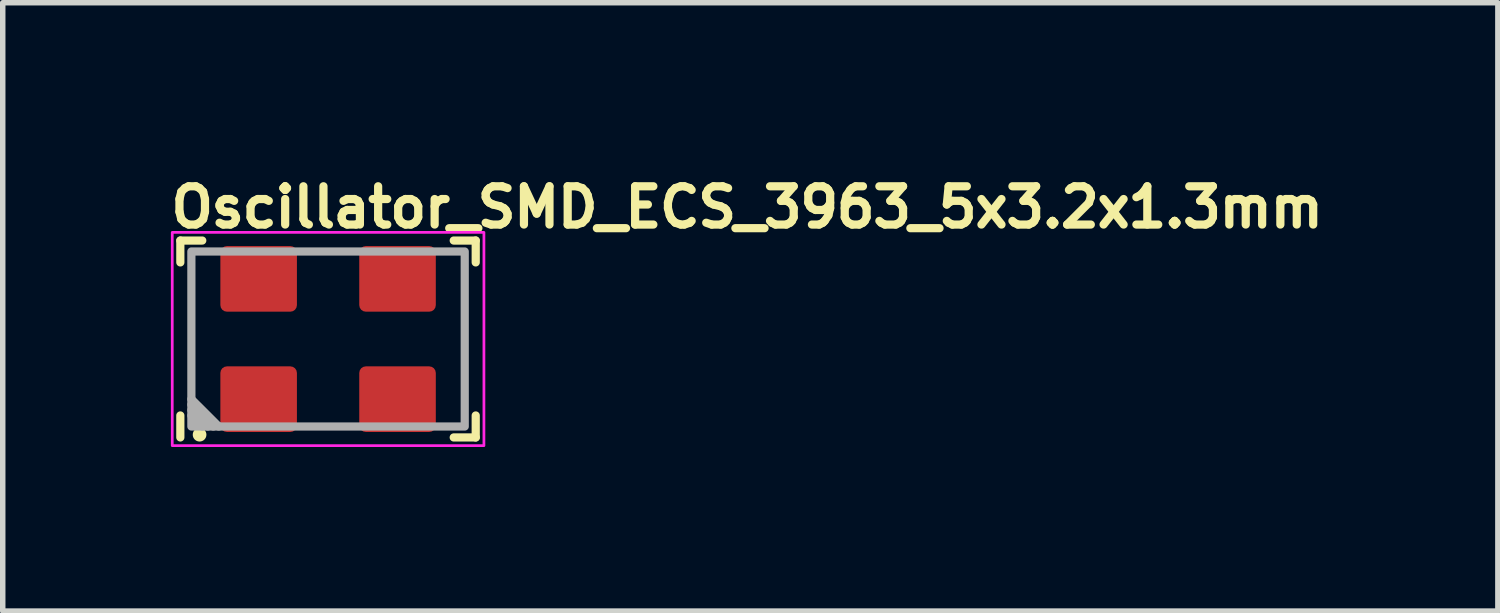
<source format=kicad_pcb>
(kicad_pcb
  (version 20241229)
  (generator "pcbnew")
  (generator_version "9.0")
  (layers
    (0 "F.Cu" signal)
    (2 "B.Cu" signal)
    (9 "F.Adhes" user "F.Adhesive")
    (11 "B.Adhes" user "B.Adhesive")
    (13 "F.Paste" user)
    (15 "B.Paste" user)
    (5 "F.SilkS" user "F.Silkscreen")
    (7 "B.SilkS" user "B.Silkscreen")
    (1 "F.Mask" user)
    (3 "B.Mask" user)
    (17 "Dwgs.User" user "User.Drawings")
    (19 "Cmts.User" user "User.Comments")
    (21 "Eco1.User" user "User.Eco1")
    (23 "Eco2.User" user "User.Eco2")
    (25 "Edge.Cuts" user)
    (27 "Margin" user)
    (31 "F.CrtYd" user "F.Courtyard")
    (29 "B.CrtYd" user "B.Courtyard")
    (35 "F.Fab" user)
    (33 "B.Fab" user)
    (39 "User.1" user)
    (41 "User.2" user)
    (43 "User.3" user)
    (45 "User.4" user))
  (footprint "Oscillator_SMD_ECS_3963_5x3.2x1.3mm"
    (layer "F.Cu")
    (at 2.95 3.15)
    (property "Reference" "Oscillator_SMD_ECS_3963_5x3.2x1.3mm" (at -2.95 -2 0) (layer "F.SilkS") (effects (font (size 0.7 0.7) (thickness 0.15)) (justify left bottom)))
    (attr smd)
    (fp_line (start -2.702 -1.801) (end -2.301 -1.801) (stroke (width 0.15) (type solid)) (layer "F.SilkS"))
    (fp_line (start -2.702 -1.401) (end -2.702 -1.801) (stroke (width 0.15) (type solid)) (layer "F.SilkS"))
    (fp_line (start -2.702 1.8) (end -2.702 1.398) (stroke (width 0.15) (type solid)) (layer "F.SilkS"))
    (fp_line (start 2.298 -1.801) (end 2.7 -1.801) (stroke (width 0.15) (type solid)) (layer "F.SilkS"))
    (fp_line (start 2.7 -1.801) (end 2.7 -1.401) (stroke (width 0.15) (type solid)) (layer "F.SilkS"))
    (fp_line (start 2.7 1.398) (end 2.7 1.8) (stroke (width 0.15) (type solid)) (layer "F.SilkS"))
    (fp_line (start 2.7 1.8) (end 2.298 1.8) (stroke (width 0.15) (type solid)) (layer "F.SilkS"))
    (fp_circle (center -2.35 1.75) (end -2.3 1.75) (stroke (width 0.15) (type solid)) (fill yes) (layer "F.SilkS"))
    (fp_rect (start -2.85 -1.95) (end 2.85 1.95) (stroke (width 0.05) (type solid)) (fill no) (layer "F.CrtYd"))
    (fp_line (start -2.3 1.6) (end -2.5 1.4) (stroke (width 0.15) (type solid)) (layer "F.Fab"))
    (fp_line (start -2.2 1.6) (end -2.5 1.3) (stroke (width 0.15) (type solid)) (layer "F.Fab"))
    (fp_line (start -2.1 1.6) (end -2.5 1.2) (stroke (width 0.15) (type solid)) (layer "F.Fab"))
    (fp_line (start -2 1.6) (end -2.5 1.1) (stroke (width 0.15) (type solid)) (layer "F.Fab"))
    (fp_rect (start -2.5 -1.601) (end 2.499 1.6) (stroke (width 0.15) (type solid)) (fill no) (layer "F.Fab"))
    (fp_rect (start -2.5 -1.6) (end 2.5 1.6) (stroke (width 0.1) (type solid)) (fill no) (layer "User.5"))
    (fp_line (start -2.5 -1.4) (end -2.47 -1.402) (stroke (width 0.02) (type solid)) (layer "User.9"))
    (fp_line (start -2.5 -1.2) (end -2.497 -1.252) (stroke (width 0.02) (type solid)) (layer "User.9"))
    (fp_line (start -2.5 -0.7) (end -2.5 -1.4) (stroke (width 0.02) (type solid)) (layer "User.9"))
    (fp_line (start -2.5 1.2) (end -2.5 -1.2) (stroke (width 0.02) (type solid)) (layer "User.9"))
    (fp_line (start -2.5 1.4) (end -2.5 0.7) (stroke (width 0.02) (type solid)) (layer "User.9"))
    (fp_line (start -2.497 -1.252) (end -2.486 -1.304) (stroke (width 0.02) (type solid)) (layer "User.9"))
    (fp_line (start -2.497 1.252) (end -2.5 1.2) (stroke (width 0.02) (type solid)) (layer "User.9"))
    (fp_line (start -2.486 -1.304) (end -2.47 -1.353) (stroke (width 0.02) (type solid)) (layer "User.9"))
    (fp_line (start -2.486 1.304) (end -2.497 1.252) (stroke (width 0.02) (type solid)) (layer "User.9"))
    (fp_line (start -2.47 -1.402) (end -2.441 -1.409) (stroke (width 0.02) (type solid)) (layer "User.9"))
    (fp_line (start -2.47 -1.353) (end -2.446 -1.4) (stroke (width 0.02) (type solid)) (layer "User.9"))
    (fp_line (start -2.47 1.353) (end -2.486 1.304) (stroke (width 0.02) (type solid)) (layer "User.9"))
    (fp_line (start -2.47 1.402) (end -2.5 1.4) (stroke (width 0.02) (type solid)) (layer "User.9"))
    (fp_line (start -2.446 -1.4) (end -2.417 -1.444) (stroke (width 0.02) (type solid)) (layer "User.9"))
    (fp_line (start -2.446 1.4) (end -2.47 1.353) (stroke (width 0.02) (type solid)) (layer "User.9"))
    (fp_line (start -2.441 1.409) (end -2.47 1.402) (stroke (width 0.02) (type solid)) (layer "User.9"))
    (fp_line (start -2.417 -1.444) (end -2.383 -1.483) (stroke (width 0.02) (type solid)) (layer "User.9"))
    (fp_line (start -2.417 1.444) (end -2.446 1.4) (stroke (width 0.02) (type solid)) (layer "User.9"))
    (fp_line (start -2.383 -1.483) (end -2.344 -1.517) (stroke (width 0.02) (type solid)) (layer "User.9"))
    (fp_line (start -2.383 1.483) (end -2.417 1.444) (stroke (width 0.02) (type solid)) (layer "User.9"))
    (fp_line (start -2.344 -1.517) (end -2.3 -1.546) (stroke (width 0.02) (type solid)) (layer "User.9"))
    (fp_line (start -2.344 1.517) (end -2.383 1.483) (stroke (width 0.02) (type solid)) (layer "User.9"))
    (fp_line (start -2.309 -1.541) (end -2.302 -1.57) (stroke (width 0.02) (type solid)) (layer "User.9"))
    (fp_line (start -2.302 -1.57) (end -2.3 -1.6) (stroke (width 0.02) (type solid)) (layer "User.9"))
    (fp_line (start -2.302 1.57) (end -2.309 1.541) (stroke (width 0.02) (type solid)) (layer "User.9"))
    (fp_line (start -2.3 -1.6) (end -1.72 -1.6) (stroke (width 0.02) (type solid)) (layer "User.9"))
    (fp_line (start -2.3 -1.546) (end -2.253 -1.57) (stroke (width 0.02) (type solid)) (layer "User.9"))
    (fp_line (start -2.3 -1.2) (end -2.296 -1.239) (stroke (width 0.02) (type solid)) (layer "User.9"))
    (fp_line (start -2.3 1.2) (end -2.3 -1.2) (stroke (width 0.02) (type solid)) (layer "User.9"))
    (fp_line (start -2.3 1.546) (end -2.344 1.517) (stroke (width 0.02) (type solid)) (layer "User.9"))
    (fp_line (start -2.3 1.6) (end -2.302 1.57) (stroke (width 0.02) (type solid)) (layer "User.9"))
    (fp_line (start -2.296 -1.239) (end -2.285 -1.277) (stroke (width 0.02) (type solid)) (layer "User.9"))
    (fp_line (start -2.296 1.239) (end -2.3 1.2) (stroke (width 0.02) (type solid)) (layer "User.9"))
    (fp_line (start -2.285 -1.277) (end -2.266 -1.311) (stroke (width 0.02) (type solid)) (layer "User.9"))
    (fp_line (start -2.285 1.277) (end -2.296 1.239) (stroke (width 0.02) (type solid)) (layer "User.9"))
    (fp_line (start -2.266 -1.311) (end -2.241 -1.341) (stroke (width 0.02) (type solid)) (layer "User.9"))
    (fp_line (start -2.266 1.311) (end -2.285 1.277) (stroke (width 0.02) (type solid)) (layer "User.9"))
    (fp_line (start -2.253 -1.57) (end -2.204 -1.586) (stroke (width 0.02) (type solid)) (layer "User.9"))
    (fp_line (start -2.253 1.57) (end -2.3 1.546) (stroke (width 0.02) (type solid)) (layer "User.9"))
    (fp_line (start -2.241 -1.341) (end -2.211 -1.366) (stroke (width 0.02) (type solid)) (layer "User.9"))
    (fp_line (start -2.241 1.341) (end -2.266 1.311) (stroke (width 0.02) (type solid)) (layer "User.9"))
    (fp_line (start -2.211 -1.366) (end -2.177 -1.385) (stroke (width 0.02) (type solid)) (layer "User.9"))
    (fp_line (start -2.211 1.366) (end -2.241 1.341) (stroke (width 0.02) (type solid)) (layer "User.9"))
    (fp_line (start -2.204 -1.586) (end -2.152 -1.597) (stroke (width 0.02) (type solid)) (layer "User.9"))
    (fp_line (start -2.204 1.586) (end -2.253 1.57) (stroke (width 0.02) (type solid)) (layer "User.9"))
    (fp_line (start -2.177 -1.385) (end -2.139 -1.396) (stroke (width 0.02) (type solid)) (layer "User.9"))
    (fp_line (start -2.177 1.385) (end -2.211 1.366) (stroke (width 0.02) (type solid)) (layer "User.9"))
    (fp_line (start -2.152 -1.597) (end -2.1 -1.6) (stroke (width 0.02) (type solid)) (layer "User.9"))
    (fp_line (start -2.152 1.597) (end -2.204 1.586) (stroke (width 0.02) (type solid)) (layer "User.9"))
    (fp_line (start -2.139 -1.396) (end -2.1 -1.4) (stroke (width 0.02) (type solid)) (layer "User.9"))
    (fp_line (start -2.139 1.396) (end -2.177 1.385) (stroke (width 0.02) (type solid)) (layer "User.9"))
    (fp_line (start -2.1 -1.6) (end 2.1 -1.6) (stroke (width 0.02) (type solid)) (layer "User.9"))
    (fp_line (start -2.1 -1.4) (end 2.1 -1.4) (stroke (width 0.02) (type solid)) (layer "User.9"))
    (fp_line (start -2.1 1.4) (end -2.139 1.396) (stroke (width 0.02) (type solid)) (layer "User.9"))
    (fp_line (start -2.1 1.6) (end -2.152 1.597) (stroke (width 0.02) (type solid)) (layer "User.9"))
    (fp_line (start -1.72 1.6) (end -2.3 1.6) (stroke (width 0.02) (type solid)) (layer "User.9"))
    (fp_line (start 1.72 -1.6) (end 2.3 -1.6) (stroke (width 0.02) (type solid)) (layer "User.9"))
    (fp_line (start 2.1 -1.6) (end 2.152 -1.597) (stroke (width 0.02) (type solid)) (layer "User.9"))
    (fp_line (start 2.1 -1.4) (end 2.139 -1.396) (stroke (width 0.02) (type solid)) (layer "User.9"))
    (fp_line (start 2.1 1.4) (end -2.1 1.4) (stroke (width 0.02) (type solid)) (layer "User.9"))
    (fp_line (start 2.1 1.6) (end -2.1 1.6) (stroke (width 0.02) (type solid)) (layer "User.9"))
    (fp_line (start 2.139 -1.396) (end 2.177 -1.385) (stroke (width 0.02) (type solid)) (layer "User.9"))
    (fp_line (start 2.139 1.396) (end 2.1 1.4) (stroke (width 0.02) (type solid)) (layer "User.9"))
    (fp_line (start 2.152 -1.597) (end 2.204 -1.586) (stroke (width 0.02) (type solid)) (layer "User.9"))
    (fp_line (start 2.152 1.597) (end 2.1 1.6) (stroke (width 0.02) (type solid)) (layer "User.9"))
    (fp_line (start 2.177 -1.385) (end 2.211 -1.366) (stroke (width 0.02) (type solid)) (layer "User.9"))
    (fp_line (start 2.177 1.385) (end 2.139 1.396) (stroke (width 0.02) (type solid)) (layer "User.9"))
    (fp_line (start 2.204 -1.586) (end 2.253 -1.57) (stroke (width 0.02) (type solid)) (layer "User.9"))
    (fp_line (start 2.204 1.586) (end 2.152 1.597) (stroke (width 0.02) (type solid)) (layer "User.9"))
    (fp_line (start 2.211 -1.366) (end 2.241 -1.341) (stroke (width 0.02) (type solid)) (layer "User.9"))
    (fp_line (start 2.211 1.366) (end 2.177 1.385) (stroke (width 0.02) (type solid)) (layer "User.9"))
    (fp_line (start 2.241 -1.341) (end 2.266 -1.311) (stroke (width 0.02) (type solid)) (layer "User.9"))
    (fp_line (start 2.241 1.341) (end 2.211 1.366) (stroke (width 0.02) (type solid)) (layer "User.9"))
    (fp_line (start 2.253 -1.57) (end 2.3 -1.546) (stroke (width 0.02) (type solid)) (layer "User.9"))
    (fp_line (start 2.253 1.57) (end 2.204 1.586) (stroke (width 0.02) (type solid)) (layer "User.9"))
    (fp_line (start 2.266 -1.311) (end 2.285 -1.277) (stroke (width 0.02) (type solid)) (layer "User.9"))
    (fp_line (start 2.266 1.311) (end 2.241 1.341) (stroke (width 0.02) (type solid)) (layer "User.9"))
    (fp_line (start 2.285 -1.277) (end 2.296 -1.239) (stroke (width 0.02) (type solid)) (layer "User.9"))
    (fp_line (start 2.285 1.277) (end 2.266 1.311) (stroke (width 0.02) (type solid)) (layer "User.9"))
    (fp_line (start 2.296 -1.239) (end 2.3 -1.2) (stroke (width 0.02) (type solid)) (layer "User.9"))
    (fp_line (start 2.296 1.239) (end 2.285 1.277) (stroke (width 0.02) (type solid)) (layer "User.9"))
    (fp_line (start 2.3 -1.6) (end 2.302 -1.57) (stroke (width 0.02) (type solid)) (layer "User.9"))
    (fp_line (start 2.3 -1.546) (end 2.344 -1.517) (stroke (width 0.02) (type solid)) (layer "User.9"))
    (fp_line (start 2.3 -1.2) (end 2.3 1.2) (stroke (width 0.02) (type solid)) (layer "User.9"))
    (fp_line (start 2.3 1.2) (end 2.296 1.239) (stroke (width 0.02) (type solid)) (layer "User.9"))
    (fp_line (start 2.3 1.546) (end 2.253 1.57) (stroke (width 0.02) (type solid)) (layer "User.9"))
    (fp_line (start 2.3 1.6) (end 1.72 1.6) (stroke (width 0.02) (type solid)) (layer "User.9"))
    (fp_line (start 2.302 -1.57) (end 2.309 -1.541) (stroke (width 0.02) (type solid)) (layer "User.9"))
    (fp_line (start 2.302 1.57) (end 2.3 1.6) (stroke (width 0.02) (type solid)) (layer "User.9"))
    (fp_line (start 2.309 1.541) (end 2.302 1.57) (stroke (width 0.02) (type solid)) (layer "User.9"))
    (fp_line (start 2.344 -1.517) (end 2.383 -1.483) (stroke (width 0.02) (type solid)) (layer "User.9"))
    (fp_line (start 2.344 1.517) (end 2.3 1.546) (stroke (width 0.02) (type solid)) (layer "User.9"))
    (fp_line (start 2.383 -1.483) (end 2.417 -1.444) (stroke (width 0.02) (type solid)) (layer "User.9"))
    (fp_line (start 2.383 1.483) (end 2.344 1.517) (stroke (width 0.02) (type solid)) (layer "User.9"))
    (fp_line (start 2.417 -1.444) (end 2.446 -1.4) (stroke (width 0.02) (type solid)) (layer "User.9"))
    (fp_line (start 2.417 1.444) (end 2.383 1.483) (stroke (width 0.02) (type solid)) (layer "User.9"))
    (fp_line (start 2.441 -1.409) (end 2.47 -1.402) (stroke (width 0.02) (type solid)) (layer "User.9"))
    (fp_line (start 2.446 -1.4) (end 2.47 -1.353) (stroke (width 0.02) (type solid)) (layer "User.9"))
    (fp_line (start 2.446 1.4) (end 2.417 1.444) (stroke (width 0.02) (type solid)) (layer "User.9"))
    (fp_line (start 2.47 -1.402) (end 2.5 -1.4) (stroke (width 0.02) (type solid)) (layer "User.9"))
    (fp_line (start 2.47 -1.353) (end 2.486 -1.304) (stroke (width 0.02) (type solid)) (layer "User.9"))
    (fp_line (start 2.47 1.353) (end 2.446 1.4) (stroke (width 0.02) (type solid)) (layer "User.9"))
    (fp_line (start 2.47 1.402) (end 2.441 1.409) (stroke (width 0.02) (type solid)) (layer "User.9"))
    (fp_line (start 2.486 -1.304) (end 2.497 -1.252) (stroke (width 0.02) (type solid)) (layer "User.9"))
    (fp_line (start 2.486 1.304) (end 2.47 1.353) (stroke (width 0.02) (type solid)) (layer "User.9"))
    (fp_line (start 2.497 -1.252) (end 2.5 -1.2) (stroke (width 0.02) (type solid)) (layer "User.9"))
    (fp_line (start 2.497 1.252) (end 2.486 1.304) (stroke (width 0.02) (type solid)) (layer "User.9"))
    (fp_line (start 2.5 -1.4) (end 2.5 -0.7) (stroke (width 0.02) (type solid)) (layer "User.9"))
    (fp_line (start 2.5 -1.2) (end 2.5 1.2) (stroke (width 0.02) (type solid)) (layer "User.9"))
    (fp_line (start 2.5 0.7) (end 2.5 1.4) (stroke (width 0.02) (type solid)) (layer "User.9"))
    (fp_line (start 2.5 1.2) (end 2.497 1.252) (stroke (width 0.02) (type solid)) (layer "User.9"))
    (fp_line (start 2.5 1.4) (end 2.47 1.402) (stroke (width 0.02) (type solid)) (layer "User.9"))
    (pad "1" smd roundrect (at -1.27 1.1) (size 1.4 1.2) (layers "F.Cu" "F.Mask" "F.Paste") (roundrect_rratio 0.1))
    (pad "2" smd roundrect (at 1.27 1.1) (size 1.4 1.2) (layers "F.Cu" "F.Mask" "F.Paste") (roundrect_rratio 0.1))
    (pad "3" smd roundrect (at 1.27 -1.1) (size 1.4 1.2) (layers "F.Cu" "F.Mask" "F.Paste") (roundrect_rratio 0.1))
    (pad "4" smd roundrect (at -1.27 -1.1) (size 1.4 1.2) (layers "F.Cu" "F.Mask" "F.Paste") (roundrect_rratio 0.1)))
  (gr_rect
    (start -3 -3)
    (end 24.343 8.125)
    (stroke (width 0.1) (type default))
    (fill no)
    (layer "Edge.Cuts")))
</source>
